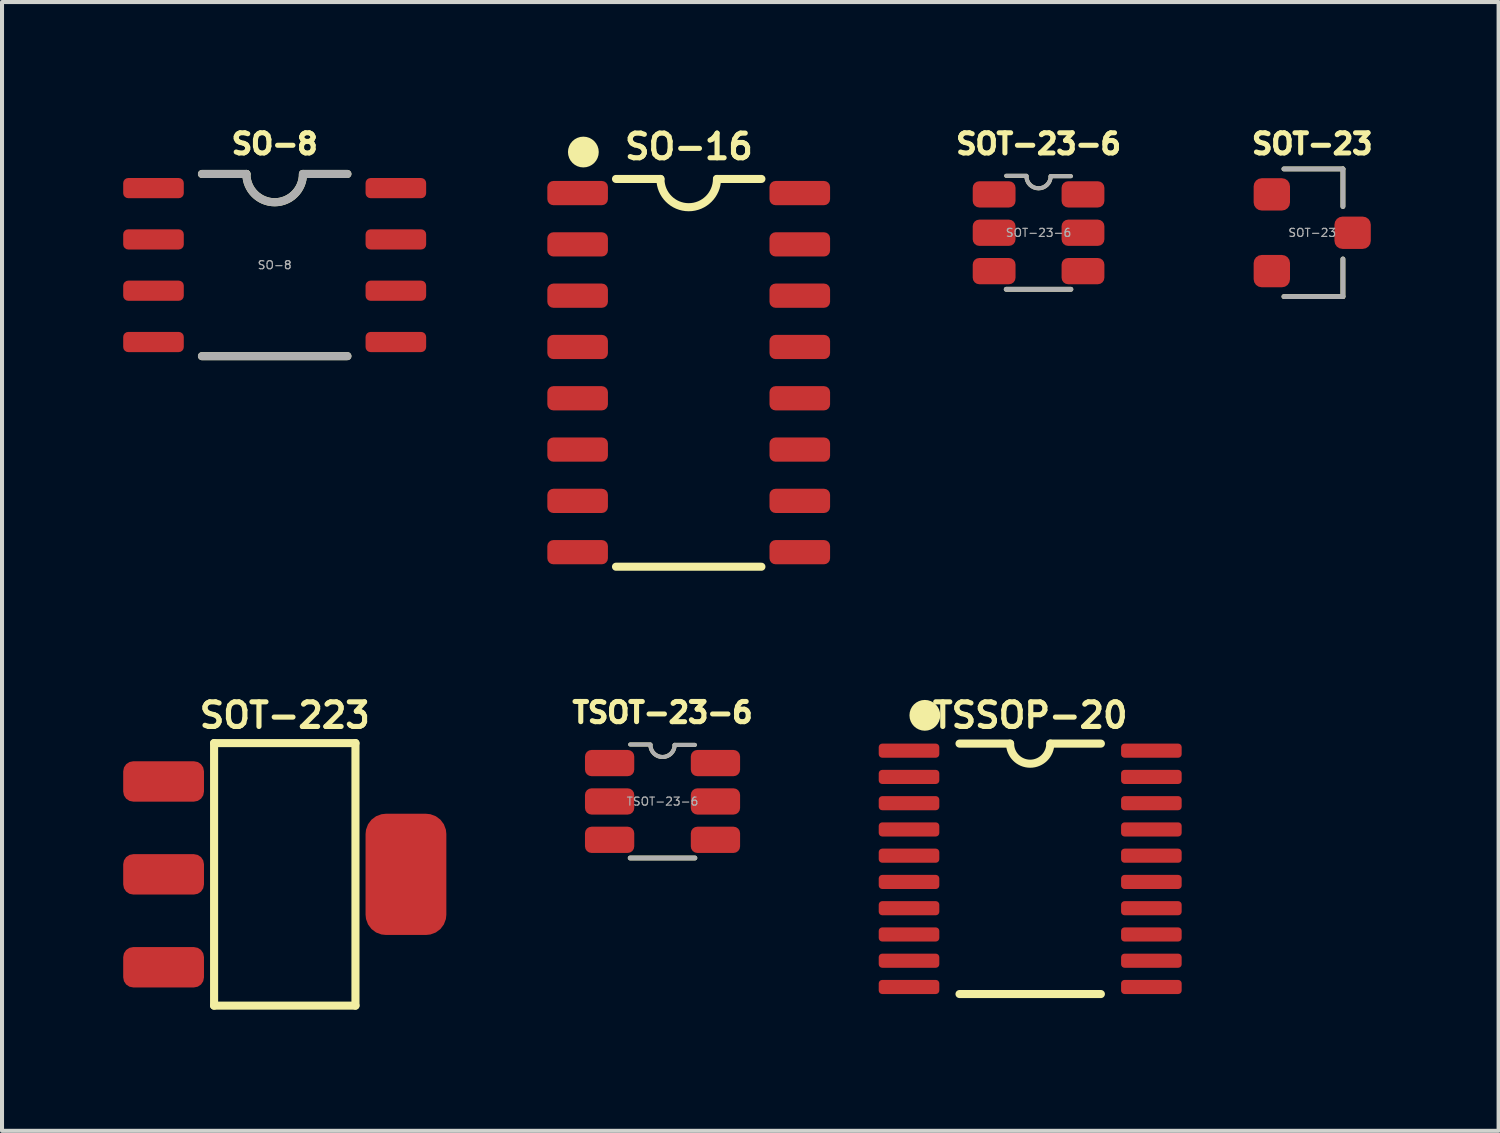
<source format=kicad_pcb>
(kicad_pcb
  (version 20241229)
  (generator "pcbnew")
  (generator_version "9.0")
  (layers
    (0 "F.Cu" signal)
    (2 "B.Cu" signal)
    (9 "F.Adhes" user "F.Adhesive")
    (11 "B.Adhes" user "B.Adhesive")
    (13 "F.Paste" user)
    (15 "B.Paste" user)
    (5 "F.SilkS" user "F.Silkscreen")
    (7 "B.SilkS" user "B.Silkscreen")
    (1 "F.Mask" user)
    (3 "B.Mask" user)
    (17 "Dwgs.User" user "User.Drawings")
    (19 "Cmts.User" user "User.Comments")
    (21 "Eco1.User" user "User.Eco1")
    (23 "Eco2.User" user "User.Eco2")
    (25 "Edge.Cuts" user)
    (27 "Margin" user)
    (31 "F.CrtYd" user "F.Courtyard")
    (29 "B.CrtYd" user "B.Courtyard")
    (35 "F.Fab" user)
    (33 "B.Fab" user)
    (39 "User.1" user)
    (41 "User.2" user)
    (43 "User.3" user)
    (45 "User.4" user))
  (footprint "TSOT-23-6"
    (layer "F.Cu")
    (at 13.352 16.791)
    (property "Reference" "TSOT-23-6" (at 0 -2.2 0) (layer "F.SilkS") (effects (font (size 0.5 0.5) (thickness 0.125))))
    (property "Value" "${VALUE}" (at 0 -2.2 0) (layer "F.SilkS") (hide yes) (effects (font (size 0.5 0.5) (thickness 0.125))))
    (attr smd)
    (fp_line (start -0.8 1.4) (end 0.8 1.4) (stroke (width 0.12) (type solid)) (layer "F.SilkS"))
    (fp_line (start -0.3 -1.41) (end -0.8 -1.41) (stroke (width 0.1) (type solid)) (layer "F.SilkS"))
    (fp_line (start 0.8 -1.4) (end 0.3 -1.4) (stroke (width 0.1) (type solid)) (layer "F.SilkS"))
    (fp_arc (start 0.3 -1.4) (mid 0 -1.1) (end -0.3 -1.4) (stroke (width 0.1) (type solid)) (layer "F.SilkS"))
    (fp_line (start -0.8 1.4) (end 0.8 1.4) (stroke (width 0.12) (type solid)) (layer "F.Fab"))
    (fp_line (start -0.3 -1.41) (end -0.8 -1.41) (stroke (width 0.1) (type solid)) (layer "F.Fab"))
    (fp_line (start 0.8 -1.4) (end 0.3 -1.4) (stroke (width 0.1) (type solid)) (layer "F.Fab"))
    (fp_arc (start 0.3 -1.4) (mid 0 -1.1) (end -0.3 -1.4) (stroke (width 0.1) (type solid)) (layer "F.Fab"))
    (fp_text user "${REFERENCE}" (at 0 0 180) (layer "F.Fab") (effects (font (size 0.2 0.2) (thickness 0.03))))
    (pad "1" smd roundrect (at -1.31 -0.95) (size 1.22 0.65) (layers "F.Cu" "F.Mask" "F.Paste") (roundrect_rratio 0.25))
    (pad "2" smd roundrect (at -1.31 0) (size 1.22 0.65) (layers "F.Cu" "F.Mask" "F.Paste") (roundrect_rratio 0.25))
    (pad "3" smd roundrect (at -1.31 0.95) (size 1.22 0.65) (layers "F.Cu" "F.Mask" "F.Paste") (roundrect_rratio 0.25))
    (pad "4" smd roundrect (at 1.31 0.95) (size 1.22 0.65) (layers "F.Cu" "F.Mask" "F.Paste") (roundrect_rratio 0.25))
    (pad "5" smd roundrect (at 1.31 0) (size 1.22 0.65) (layers "F.Cu" "F.Mask" "F.Paste") (roundrect_rratio 0.25))
    (pad "6" smd roundrect (at 1.31 -0.95) (size 1.22 0.65) (layers "F.Cu" "F.Mask" "F.Paste") (roundrect_rratio 0.25)))
  (footprint "SO-8"
    (layer "F.Cu")
    (at 3.75 3.512)
    (property "Reference" "SO-8" (at 0 -3 0) (layer "F.SilkS") (effects (font (size 0.5 0.5) (thickness 0.125))))
    (property "Value" "${VALUE}" (at 0 -3 0) (layer "F.SilkS") (hide yes) (effects (font (size 0.5 0.5) (thickness 0.125))))
    (attr smd)
    (fp_line (start -1.8 -2.255) (end -0.7 -2.255) (stroke (width 0.2) (type solid)) (layer "F.SilkS"))
    (fp_line (start -1.8 2.255) (end 1.8 2.255) (stroke (width 0.2) (type solid)) (layer "F.SilkS"))
    (fp_line (start 0.7 -2.255) (end 1.8 -2.255) (stroke (width 0.2) (type solid)) (layer "F.SilkS"))
    (fp_arc (start 0.7 -2.255) (mid 0 -1.555) (end -0.7 -2.255) (stroke (width 0.2) (type solid)) (layer "F.SilkS"))
    (fp_line (start -1.8 -2.255) (end -0.7 -2.255) (stroke (width 0.2) (type solid)) (layer "F.Fab"))
    (fp_line (start -1.8 2.255) (end 1.8 2.255) (stroke (width 0.2) (type solid)) (layer "F.Fab"))
    (fp_line (start 0.7 -2.255) (end 1.8 -2.255) (stroke (width 0.2) (type solid)) (layer "F.Fab"))
    (fp_arc (start 0.7 -2.255) (mid 0 -1.555) (end -0.7 -2.255) (stroke (width 0.2) (type solid)) (layer "F.Fab"))
    (fp_text user "${REFERENCE}" (at 0 0 0) (layer "F.Fab") (effects (font (size 0.2 0.2) (thickness 0.03))))
    (pad "1" smd roundrect (at -3 -1.905 270) (size 0.5 1.5) (layers "F.Cu" "F.Mask" "F.Paste") (roundrect_rratio 0.25))
    (pad "2" smd roundrect (at -3 -0.635 270) (size 0.5 1.5) (layers "F.Cu" "F.Mask" "F.Paste") (roundrect_rratio 0.25))
    (pad "3" smd roundrect (at -3 0.635 270) (size 0.5 1.5) (layers "F.Cu" "F.Mask" "F.Paste") (roundrect_rratio 0.25))
    (pad "4" smd roundrect (at -3 1.905 270) (size 0.5 1.5) (layers "F.Cu" "F.Mask" "F.Paste") (roundrect_rratio 0.25))
    (pad "5" smd roundrect (at 3 1.905 270) (size 0.5 1.5) (layers "F.Cu" "F.Mask" "F.Paste") (roundrect_rratio 0.25))
    (pad "6" smd roundrect (at 3 0.635 270) (size 0.5 1.5) (layers "F.Cu" "F.Mask" "F.Paste") (roundrect_rratio 0.25))
    (pad "7" smd roundrect (at 3 -0.635 270) (size 0.5 1.5) (layers "F.Cu" "F.Mask" "F.Paste") (roundrect_rratio 0.25))
    (pad "8" smd roundrect (at 3 -1.905 270) (size 0.5 1.5) (layers "F.Cu" "F.Mask" "F.Paste") (roundrect_rratio 0.25)))
  (footprint "TSSOP-20"
    (layer "F.Cu")
    (at 22.454 18.459)
    (property "Reference" "TSSOP-20" (at 0 -3.8 0) (layer "F.SilkS") (effects (font (size 0.61 0.61) (thickness 0.127))))
    (attr smd)
    (fp_line (start -1.75 -3.1) (end -0.498 -3.1) (stroke (width 0.2) (type solid)) (layer "F.SilkS"))
    (fp_line (start -1.75 3.1) (end 1.75 3.1) (stroke (width 0.2) (type solid)) (layer "F.SilkS"))
    (fp_line (start 0.498 -3.1) (end 1.75 -3.1) (stroke (width 0.2) (type solid)) (layer "F.SilkS"))
    (fp_arc (start 0.49784 -3.1) (mid 0 -2.60216) (end -0.49784 -3.1) (stroke (width 0.2) (type solid)) (layer "F.SilkS"))
    (fp_circle (center -2.608 -3.8) (end -2.608 -3.546) (stroke (width 0.254) (type solid)) (fill no) (layer "F.SilkS"))
    (fp_circle (center -2.6 -3.8) (end -2.6 -3.673) (stroke (width 0.254) (type solid)) (fill no) (layer "F.SilkS"))
    (pad "1" smd roundrect (at -3 -2.925 270) (size 0.35 1.5) (layers "F.Cu" "F.Mask" "F.Paste") (roundrect_rratio 0.25))
    (pad "2" smd roundrect (at -3 -2.275 270) (size 0.35 1.5) (layers "F.Cu" "F.Mask" "F.Paste") (roundrect_rratio 0.25))
    (pad "3" smd roundrect (at -3 -1.625 270) (size 0.35 1.5) (layers "F.Cu" "F.Mask" "F.Paste") (roundrect_rratio 0.25))
    (pad "4" smd roundrect (at -3 -0.975 270) (size 0.35 1.5) (layers "F.Cu" "F.Mask" "F.Paste") (roundrect_rratio 0.25))
    (pad "5" smd roundrect (at -3 -0.325 270) (size 0.35 1.5) (layers "F.Cu" "F.Mask" "F.Paste") (roundrect_rratio 0.25))
    (pad "6" smd roundrect (at -3 0.325 270) (size 0.35 1.5) (layers "F.Cu" "F.Mask" "F.Paste") (roundrect_rratio 0.25))
    (pad "7" smd roundrect (at -3 0.975 270) (size 0.35 1.5) (layers "F.Cu" "F.Mask" "F.Paste") (roundrect_rratio 0.25))
    (pad "8" smd roundrect (at -3 1.625 270) (size 0.35 1.5) (layers "F.Cu" "F.Mask" "F.Paste") (roundrect_rratio 0.25))
    (pad "9" smd roundrect (at -3 2.275 270) (size 0.35 1.5) (layers "F.Cu" "F.Mask" "F.Paste") (roundrect_rratio 0.25))
    (pad "10" smd roundrect (at -3 2.925 270) (size 0.35 1.5) (layers "F.Cu" "F.Mask" "F.Paste") (roundrect_rratio 0.25))
    (pad "11" smd roundrect (at 3 2.925 270) (size 0.35 1.5) (layers "F.Cu" "F.Mask" "F.Paste") (roundrect_rratio 0.25))
    (pad "12" smd roundrect (at 3 2.275 270) (size 0.35 1.5) (layers "F.Cu" "F.Mask" "F.Paste") (roundrect_rratio 0.25))
    (pad "13" smd roundrect (at 3 1.625 270) (size 0.35 1.5) (layers "F.Cu" "F.Mask" "F.Paste") (roundrect_rratio 0.25))
    (pad "14" smd roundrect (at 3 0.975 270) (size 0.35 1.5) (layers "F.Cu" "F.Mask" "F.Paste") (roundrect_rratio 0.25))
    (pad "15" smd roundrect (at 3 0.325 270) (size 0.35 1.5) (layers "F.Cu" "F.Mask" "F.Paste") (roundrect_rratio 0.25))
    (pad "16" smd roundrect (at 3 -0.325 270) (size 0.35 1.5) (layers "F.Cu" "F.Mask" "F.Paste") (roundrect_rratio 0.25))
    (pad "17" smd roundrect (at 3 -0.975 270) (size 0.35 1.5) (layers "F.Cu" "F.Mask" "F.Paste") (roundrect_rratio 0.25))
    (pad "18" smd roundrect (at 3 -1.625 270) (size 0.35 1.5) (layers "F.Cu" "F.Mask" "F.Paste") (roundrect_rratio 0.25))
    (pad "19" smd roundrect (at 3 -2.275 270) (size 0.35 1.5) (layers "F.Cu" "F.Mask" "F.Paste") (roundrect_rratio 0.25))
    (pad "20" smd roundrect (at 3 -2.925 270) (size 0.35 1.5) (layers "F.Cu" "F.Mask" "F.Paste") (roundrect_rratio 0.25)))
  (footprint "SOT-23"
    (layer "F.Cu")
    (at 29.436 2.712)
    (property "Reference" "SOT-23" (at 0 -2.2 0) (layer "F.SilkS") (effects (font (size 0.5 0.5) (thickness 0.125))))
    (property "Value" "${VALUE}" (at 0 -2.2 0) (layer "F.SilkS") (hide yes) (effects (font (size 0.5 0.5) (thickness 0.125))))
    (attr smd)
    (fp_line (start 0.76 -1.58) (end -0.7 -1.58) (stroke (width 0.12) (type solid)) (layer "F.SilkS"))
    (fp_line (start 0.76 -1.58) (end 0.76 -0.65) (stroke (width 0.12) (type solid)) (layer "F.SilkS"))
    (fp_line (start 0.76 1.58) (end -0.7 1.58) (stroke (width 0.12) (type solid)) (layer "F.SilkS"))
    (fp_line (start 0.76 1.58) (end 0.76 0.65) (stroke (width 0.12) (type solid)) (layer "F.SilkS"))
    (fp_line (start 0.76 -1.58) (end -0.7 -1.58) (stroke (width 0.12) (type solid)) (layer "F.Fab"))
    (fp_line (start 0.76 -1.58) (end 0.76 -0.65) (stroke (width 0.12) (type solid)) (layer "F.Fab"))
    (fp_line (start 0.76 1.58) (end -0.7 1.58) (stroke (width 0.12) (type solid)) (layer "F.Fab"))
    (fp_line (start 0.76 1.58) (end 0.76 0.65) (stroke (width 0.12) (type solid)) (layer "F.Fab"))
    (fp_text user "${REFERENCE}" (at 0 0 180) (layer "F.Fab") (effects (font (size 0.2 0.2) (thickness 0.03))))
    (pad "1" smd roundrect (at -1 -0.95) (size 0.9 0.8) (layers "F.Cu" "F.Mask" "F.Paste") (roundrect_rratio 0.25))
    (pad "2" smd roundrect (at -1 0.95) (size 0.9 0.8) (layers "F.Cu" "F.Mask" "F.Paste") (roundrect_rratio 0.25))
    (pad "3" smd roundrect (at 1 0) (size 0.9 0.8) (layers "F.Cu" "F.Mask" "F.Paste") (roundrect_rratio 0.25)))
  (footprint "SO-16"
    (layer "F.Cu")
    (at 14 6.18)
    (property "Reference" "SO-16" (at 0.005 -5.6 0) (layer "F.SilkS") (effects (font (size 0.61 0.61) (thickness 0.127))))
    (attr smd)
    (fp_line (start -1.8 -4.8) (end -0.7 -4.8) (stroke (width 0.2) (type solid)) (layer "F.SilkS"))
    (fp_line (start -1.8 4.8) (end 1.8 4.8) (stroke (width 0.2) (type solid)) (layer "F.SilkS"))
    (fp_line (start 0.7 -4.8) (end 1.8 -4.8) (stroke (width 0.2) (type solid)) (layer "F.SilkS"))
    (fp_arc (start 0.7 -4.8) (mid 0 -4.1) (end -0.7 -4.8) (stroke (width 0.2) (type solid)) (layer "F.SilkS"))
    (fp_circle (center -2.608 -5.466) (end -2.608 -5.212) (stroke (width 0.254) (type solid)) (fill no) (layer "F.SilkS"))
    (fp_circle (center -2.6 -5.466) (end -2.6 -5.339) (stroke (width 0.254) (type solid)) (fill no) (layer "F.SilkS"))
    (pad "1" smd roundrect (at -2.75 -4.45 270) (size 0.6 1.5) (layers "F.Cu" "F.Mask" "F.Paste") (roundrect_rratio 0.25))
    (pad "2" smd roundrect (at -2.75 -3.18 270) (size 0.6 1.5) (layers "F.Cu" "F.Mask" "F.Paste") (roundrect_rratio 0.25))
    (pad "3" smd roundrect (at -2.75 -1.91 270) (size 0.6 1.5) (layers "F.Cu" "F.Mask" "F.Paste") (roundrect_rratio 0.25))
    (pad "4" smd roundrect (at -2.75 -0.64 270) (size 0.6 1.5) (layers "F.Cu" "F.Mask" "F.Paste") (roundrect_rratio 0.25))
    (pad "5" smd roundrect (at -2.75 0.63 270) (size 0.6 1.5) (layers "F.Cu" "F.Mask" "F.Paste") (roundrect_rratio 0.25))
    (pad "6" smd roundrect (at -2.75 1.9 270) (size 0.6 1.5) (layers "F.Cu" "F.Mask" "F.Paste") (roundrect_rratio 0.25))
    (pad "7" smd roundrect (at -2.75 3.17 270) (size 0.6 1.5) (layers "F.Cu" "F.Mask" "F.Paste") (roundrect_rratio 0.25))
    (pad "8" smd roundrect (at -2.75 4.44 270) (size 0.6 1.5) (layers "F.Cu" "F.Mask" "F.Paste") (roundrect_rratio 0.25))
    (pad "9" smd roundrect (at 2.75 4.44 270) (size 0.6 1.5) (layers "F.Cu" "F.Mask" "F.Paste") (roundrect_rratio 0.25))
    (pad "10" smd roundrect (at 2.75 3.17 270) (size 0.6 1.5) (layers "F.Cu" "F.Mask" "F.Paste") (roundrect_rratio 0.25))
    (pad "11" smd roundrect (at 2.75 1.9 270) (size 0.6 1.5) (layers "F.Cu" "F.Mask" "F.Paste") (roundrect_rratio 0.25))
    (pad "12" smd roundrect (at 2.75 0.63 270) (size 0.6 1.5) (layers "F.Cu" "F.Mask" "F.Paste") (roundrect_rratio 0.25))
    (pad "13" smd roundrect (at 2.75 -0.64 270) (size 0.6 1.5) (layers "F.Cu" "F.Mask" "F.Paste") (roundrect_rratio 0.25))
    (pad "14" smd roundrect (at 2.75 -1.91 270) (size 0.6 1.5) (layers "F.Cu" "F.Mask" "F.Paste") (roundrect_rratio 0.25))
    (pad "15" smd roundrect (at 2.75 -3.18 270) (size 0.6 1.5) (layers "F.Cu" "F.Mask" "F.Paste") (roundrect_rratio 0.25))
    (pad "16" smd roundrect (at 2.75 -4.45 270) (size 0.6 1.5) (layers "F.Cu" "F.Mask" "F.Paste") (roundrect_rratio 0.25)))
  (footprint "SOT-223"
    (layer "F.Cu")
    (at 4 18.596)
    (property "Reference" "SOT-223" (at 0 -3.937 0) (layer "F.SilkS") (effects (font (size 0.61 0.61) (thickness 0.127))))
    (attr smd)
    (fp_line (start -1.75 -3.25) (end 1.75 -3.25) (stroke (width 0.2) (type solid)) (layer "F.SilkS"))
    (fp_line (start -1.75 3.25) (end -1.75 -3.25) (stroke (width 0.2) (type solid)) (layer "F.SilkS"))
    (fp_line (start 1.75 -3.25) (end 1.75 3.25) (stroke (width 0.2) (type solid)) (layer "F.SilkS"))
    (fp_line (start 1.75 3.25) (end -1.75 3.25) (stroke (width 0.2) (type solid)) (layer "F.SilkS"))
    (pad "1" smd roundrect (at -3 -2.3 270) (size 1 2) (layers "F.Cu" "F.Mask" "F.Paste") (roundrect_rratio 0.25))
    (pad "2" smd roundrect (at -3 0 270) (size 1 2) (layers "F.Cu" "F.Mask" "F.Paste") (roundrect_rratio 0.25))
    (pad "2" smd roundrect (at 3 0 270) (size 3 2) (layers "F.Cu" "F.Mask" "F.Paste") (roundrect_rratio 0.25))
    (pad "3" smd roundrect (at -3 2.3 270) (size 1 2) (layers "F.Cu" "F.Mask" "F.Paste") (roundrect_rratio 0.25)))
  (footprint "SOT-23-6"
    (layer "F.Cu")
    (at 22.661 2.712)
    (property "Reference" "SOT-23-6" (at 0 -2.2 0) (layer "F.SilkS") (effects (font (size 0.5 0.5) (thickness 0.125))))
    (property "Value" "${VALUE}" (at 0 -2.2 0) (layer "F.SilkS") (hide yes) (effects (font (size 0.5 0.5) (thickness 0.125))))
    (attr smd)
    (fp_line (start -0.8 1.4) (end 0.8 1.4) (stroke (width 0.12) (type solid)) (layer "F.SilkS"))
    (fp_line (start -0.3 -1.41) (end -0.8 -1.41) (stroke (width 0.1) (type solid)) (layer "F.SilkS"))
    (fp_line (start 0.8 -1.4) (end 0.3 -1.4) (stroke (width 0.1) (type solid)) (layer "F.SilkS"))
    (fp_arc (start 0.3 -1.4) (mid 0 -1.1) (end -0.3 -1.4) (stroke (width 0.1) (type solid)) (layer "F.SilkS"))
    (fp_line (start -0.8 1.4) (end 0.8 1.4) (stroke (width 0.12) (type solid)) (layer "F.Fab"))
    (fp_line (start -0.3 -1.41) (end -0.8 -1.41) (stroke (width 0.1) (type solid)) (layer "F.Fab"))
    (fp_line (start 0.8 -1.4) (end 0.3 -1.4) (stroke (width 0.1) (type solid)) (layer "F.Fab"))
    (fp_arc (start 0.3 -1.4) (mid 0 -1.1) (end -0.3 -1.4) (stroke (width 0.1) (type solid)) (layer "F.Fab"))
    (fp_text user "${REFERENCE}" (at 0 0 180) (layer "F.Fab") (effects (font (size 0.2 0.2) (thickness 0.03))))
    (pad "1" smd roundrect (at -1.1 -0.95) (size 1.06 0.65) (layers "F.Cu" "F.Mask" "F.Paste") (roundrect_rratio 0.25))
    (pad "2" smd roundrect (at -1.1 0) (size 1.06 0.65) (layers "F.Cu" "F.Mask" "F.Paste") (roundrect_rratio 0.25))
    (pad "3" smd roundrect (at -1.1 0.95) (size 1.06 0.65) (layers "F.Cu" "F.Mask" "F.Paste") (roundrect_rratio 0.25))
    (pad "4" smd roundrect (at 1.1 0.95) (size 1.06 0.65) (layers "F.Cu" "F.Mask" "F.Paste") (roundrect_rratio 0.25))
    (pad "5" smd roundrect (at 1.1 0) (size 1.06 0.65) (layers "F.Cu" "F.Mask" "F.Paste") (roundrect_rratio 0.25))
    (pad "6" smd roundrect (at 1.1 -0.95) (size 1.06 0.65) (layers "F.Cu" "F.Mask" "F.Paste") (roundrect_rratio 0.25)))
  (gr_rect
    (start -3 -3)
    (end 34.05 24.946)
    (stroke (width 0.1) (type default))
    (fill no)
    (layer "Edge.Cuts")))
</source>
